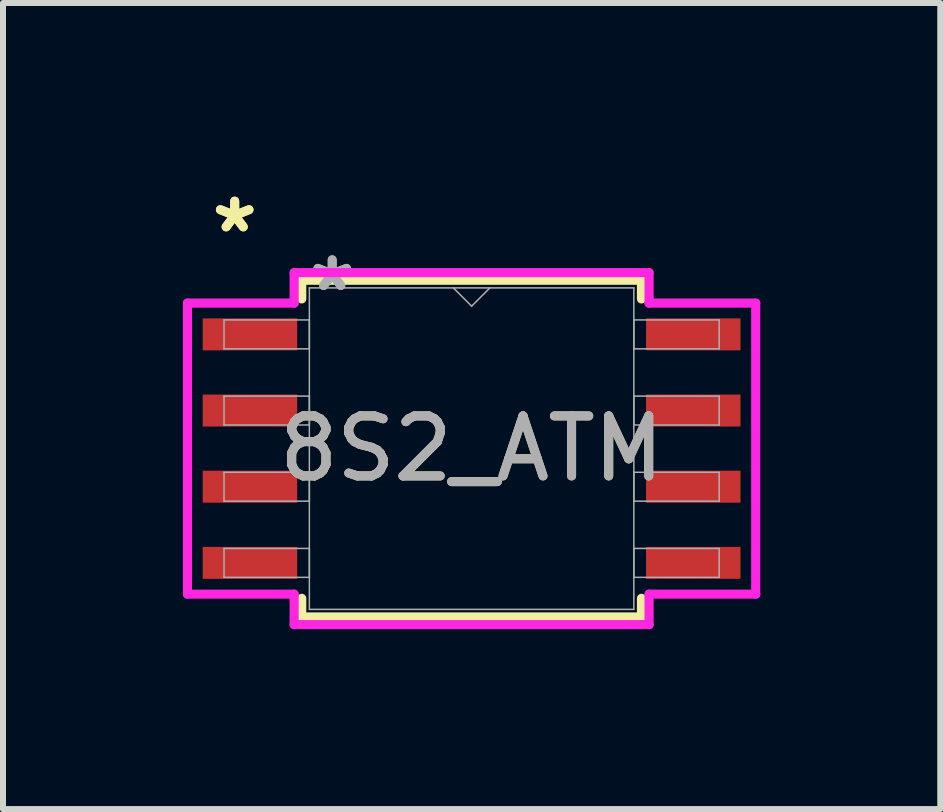
<source format=kicad_pcb>
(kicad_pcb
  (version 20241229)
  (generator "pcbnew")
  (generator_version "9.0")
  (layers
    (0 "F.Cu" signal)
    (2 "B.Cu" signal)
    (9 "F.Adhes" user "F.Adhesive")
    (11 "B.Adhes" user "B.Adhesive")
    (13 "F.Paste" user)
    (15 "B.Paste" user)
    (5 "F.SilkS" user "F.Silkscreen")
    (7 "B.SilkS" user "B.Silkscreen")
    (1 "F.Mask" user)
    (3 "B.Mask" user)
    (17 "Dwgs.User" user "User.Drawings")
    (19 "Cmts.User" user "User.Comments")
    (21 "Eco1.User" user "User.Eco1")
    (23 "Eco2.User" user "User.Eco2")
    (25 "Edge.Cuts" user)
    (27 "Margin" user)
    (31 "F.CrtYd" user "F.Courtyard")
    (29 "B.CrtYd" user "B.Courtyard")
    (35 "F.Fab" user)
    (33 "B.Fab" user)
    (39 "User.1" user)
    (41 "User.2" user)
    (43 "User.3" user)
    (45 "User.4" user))
  (footprint "8S2_ATM"
    (layer "F.Cu")
    (at 4.813 4.43)
    (property "Reference" "8S2_ATM" (at 0 0 0) (unlocked yes) (layer "F.SilkS") (effects (font (size 1 1) (thickness 0.15))))
    (attr smd)
    (fp_line (start -2.832 -2.807) (end -2.832 -2.496) (stroke (width 0.152) (type solid)) (layer "F.SilkS"))
    (fp_line (start -2.832 2.496) (end -2.832 2.807) (stroke (width 0.152) (type solid)) (layer "F.SilkS"))
    (fp_line (start -2.832 2.807) (end 2.832 2.807) (stroke (width 0.152) (type solid)) (layer "F.SilkS"))
    (fp_line (start 2.832 -2.807) (end -2.832 -2.807) (stroke (width 0.152) (type solid)) (layer "F.SilkS"))
    (fp_line (start 2.832 -2.496) (end 2.832 -2.807) (stroke (width 0.152) (type solid)) (layer "F.SilkS"))
    (fp_line (start 2.832 2.807) (end 2.832 2.496) (stroke (width 0.152) (type solid)) (layer "F.SilkS"))
    (fp_line (start -4.737 -2.426) (end -2.959 -2.426) (stroke (width 0.152) (type solid)) (layer "F.CrtYd"))
    (fp_line (start -4.737 2.426) (end -4.737 -2.426) (stroke (width 0.152) (type solid)) (layer "F.CrtYd"))
    (fp_line (start -4.737 2.426) (end -2.959 2.426) (stroke (width 0.152) (type solid)) (layer "F.CrtYd"))
    (fp_line (start -2.959 -2.934) (end 2.959 -2.934) (stroke (width 0.152) (type solid)) (layer "F.CrtYd"))
    (fp_line (start -2.959 -2.426) (end -2.959 -2.934) (stroke (width 0.152) (type solid)) (layer "F.CrtYd"))
    (fp_line (start -2.959 2.934) (end -2.959 2.426) (stroke (width 0.152) (type solid)) (layer "F.CrtYd"))
    (fp_line (start 2.959 -2.934) (end 2.959 -2.426) (stroke (width 0.152) (type solid)) (layer "F.CrtYd"))
    (fp_line (start 2.959 2.426) (end 2.959 2.934) (stroke (width 0.152) (type solid)) (layer "F.CrtYd"))
    (fp_line (start 2.959 2.934) (end -2.959 2.934) (stroke (width 0.152) (type solid)) (layer "F.CrtYd"))
    (fp_line (start 4.737 -2.426) (end 2.959 -2.426) (stroke (width 0.152) (type solid)) (layer "F.CrtYd"))
    (fp_line (start 4.737 -2.426) (end 4.737 2.426) (stroke (width 0.152) (type solid)) (layer "F.CrtYd"))
    (fp_line (start 4.737 2.426) (end 2.959 2.426) (stroke (width 0.152) (type solid)) (layer "F.CrtYd"))
    (fp_line (start -4.128 -2.146) (end -4.128 -1.664) (stroke (width 0.025) (type solid)) (layer "F.Fab"))
    (fp_line (start -4.128 -1.664) (end -2.705 -1.664) (stroke (width 0.025) (type solid)) (layer "F.Fab"))
    (fp_line (start -4.128 -0.876) (end -4.128 -0.394) (stroke (width 0.025) (type solid)) (layer "F.Fab"))
    (fp_line (start -4.128 -0.394) (end -2.705 -0.394) (stroke (width 0.025) (type solid)) (layer "F.Fab"))
    (fp_line (start -4.128 0.394) (end -4.128 0.876) (stroke (width 0.025) (type solid)) (layer "F.Fab"))
    (fp_line (start -4.128 0.876) (end -2.705 0.876) (stroke (width 0.025) (type solid)) (layer "F.Fab"))
    (fp_line (start -4.128 1.664) (end -4.128 2.146) (stroke (width 0.025) (type solid)) (layer "F.Fab"))
    (fp_line (start -4.128 2.146) (end -2.705 2.146) (stroke (width 0.025) (type solid)) (layer "F.Fab"))
    (fp_line (start -2.705 -2.68) (end -2.705 2.68) (stroke (width 0.025) (type solid)) (layer "F.Fab"))
    (fp_line (start -2.705 -2.146) (end -4.128 -2.146) (stroke (width 0.025) (type solid)) (layer "F.Fab"))
    (fp_line (start -2.705 -1.664) (end -2.705 -2.146) (stroke (width 0.025) (type solid)) (layer "F.Fab"))
    (fp_line (start -2.705 -0.876) (end -4.128 -0.876) (stroke (width 0.025) (type solid)) (layer "F.Fab"))
    (fp_line (start -2.705 -0.394) (end -2.705 -0.876) (stroke (width 0.025) (type solid)) (layer "F.Fab"))
    (fp_line (start -2.705 0.394) (end -4.128 0.394) (stroke (width 0.025) (type solid)) (layer "F.Fab"))
    (fp_line (start -2.705 0.876) (end -2.705 0.394) (stroke (width 0.025) (type solid)) (layer "F.Fab"))
    (fp_line (start -2.705 1.664) (end -4.128 1.664) (stroke (width 0.025) (type solid)) (layer "F.Fab"))
    (fp_line (start -2.705 2.146) (end -2.705 1.664) (stroke (width 0.025) (type solid)) (layer "F.Fab"))
    (fp_line (start -2.705 2.68) (end 2.705 2.68) (stroke (width 0.025) (type solid)) (layer "F.Fab"))
    (fp_line (start -0.305 -2.68) (end 0 -2.375) (stroke (width 0.025) (type solid)) (layer "F.Fab"))
    (fp_line (start 0 -2.375) (end 0.305 -2.68) (stroke (width 0.025) (type solid)) (layer "F.Fab"))
    (fp_line (start 2.705 -2.68) (end -2.705 -2.68) (stroke (width 0.025) (type solid)) (layer "F.Fab"))
    (fp_line (start 2.705 -2.146) (end 2.705 -1.664) (stroke (width 0.025) (type solid)) (layer "F.Fab"))
    (fp_line (start 2.705 -1.664) (end 4.128 -1.664) (stroke (width 0.025) (type solid)) (layer "F.Fab"))
    (fp_line (start 2.705 -0.876) (end 2.705 -0.394) (stroke (width 0.025) (type solid)) (layer "F.Fab"))
    (fp_line (start 2.705 -0.394) (end 4.128 -0.394) (stroke (width 0.025) (type solid)) (layer "F.Fab"))
    (fp_line (start 2.705 0.394) (end 2.705 0.876) (stroke (width 0.025) (type solid)) (layer "F.Fab"))
    (fp_line (start 2.705 0.876) (end 4.128 0.876) (stroke (width 0.025) (type solid)) (layer "F.Fab"))
    (fp_line (start 2.705 1.664) (end 2.705 2.146) (stroke (width 0.025) (type solid)) (layer "F.Fab"))
    (fp_line (start 2.705 2.146) (end 4.128 2.146) (stroke (width 0.025) (type solid)) (layer "F.Fab"))
    (fp_line (start 2.705 2.68) (end 2.705 -2.68) (stroke (width 0.025) (type solid)) (layer "F.Fab"))
    (fp_line (start 4.128 -2.146) (end 2.705 -2.146) (stroke (width 0.025) (type solid)) (layer "F.Fab"))
    (fp_line (start 4.128 -1.664) (end 4.128 -2.146) (stroke (width 0.025) (type solid)) (layer "F.Fab"))
    (fp_line (start 4.128 -0.876) (end 2.705 -0.876) (stroke (width 0.025) (type solid)) (layer "F.Fab"))
    (fp_line (start 4.128 -0.394) (end 4.128 -0.876) (stroke (width 0.025) (type solid)) (layer "F.Fab"))
    (fp_line (start 4.128 0.394) (end 2.705 0.394) (stroke (width 0.025) (type solid)) (layer "F.Fab"))
    (fp_line (start 4.128 0.876) (end 4.128 0.394) (stroke (width 0.025) (type solid)) (layer "F.Fab"))
    (fp_line (start 4.128 1.664) (end 2.705 1.664) (stroke (width 0.025) (type solid)) (layer "F.Fab"))
    (fp_line (start 4.128 2.146) (end 4.128 1.664) (stroke (width 0.025) (type solid)) (layer "F.Fab"))
    (fp_text user "*" (at -3.95 -3.581 0) (layer "F.SilkS") (effects (font (size 1 1) (thickness 0.15))))
    (fp_text user "*" (at -3.95 -3.581 0) (unlocked yes) (layer "F.SilkS") (effects (font (size 1 1) (thickness 0.15))))
    (fp_text user "*" (at -2.324 -2.603 0) (layer "F.Fab") (effects (font (size 1 1) (thickness 0.15))))
    (fp_text user "*" (at -2.324 -2.603 0) (unlocked yes) (layer "F.Fab") (effects (font (size 1 1) (thickness 0.15))))
    (fp_text user "${REFERENCE}" (at 0 0 0) (unlocked yes) (layer "F.Fab") (effects (font (size 1 1) (thickness 0.15))))
    (pad "1" smd rect (at -3.696 -1.905) (size 1.575 0.533) (layers "F.Cu" "F.Mask" "F.Paste"))
    (pad "2" smd rect (at -3.696 -0.635) (size 1.575 0.533) (layers "F.Cu" "F.Mask" "F.Paste"))
    (pad "3" smd rect (at -3.696 0.635) (size 1.575 0.533) (layers "F.Cu" "F.Mask" "F.Paste"))
    (pad "4" smd rect (at -3.696 1.905) (size 1.575 0.533) (layers "F.Cu" "F.Mask" "F.Paste"))
    (pad "5" smd rect (at 3.696 1.905) (size 1.575 0.533) (layers "F.Cu" "F.Mask" "F.Paste"))
    (pad "6" smd rect (at 3.696 0.635) (size 1.575 0.533) (layers "F.Cu" "F.Mask" "F.Paste"))
    (pad "7" smd rect (at 3.696 -0.635) (size 1.575 0.533) (layers "F.Cu" "F.Mask" "F.Paste"))
    (pad "8" smd rect (at 3.696 -1.905) (size 1.575 0.533) (layers "F.Cu" "F.Mask" "F.Paste")))
  (gr_rect
    (start -3 -3)
    (end 12.627 10.44)
    (stroke (width 0.1) (type default))
    (fill no)
    (layer "Edge.Cuts")))
</source>
